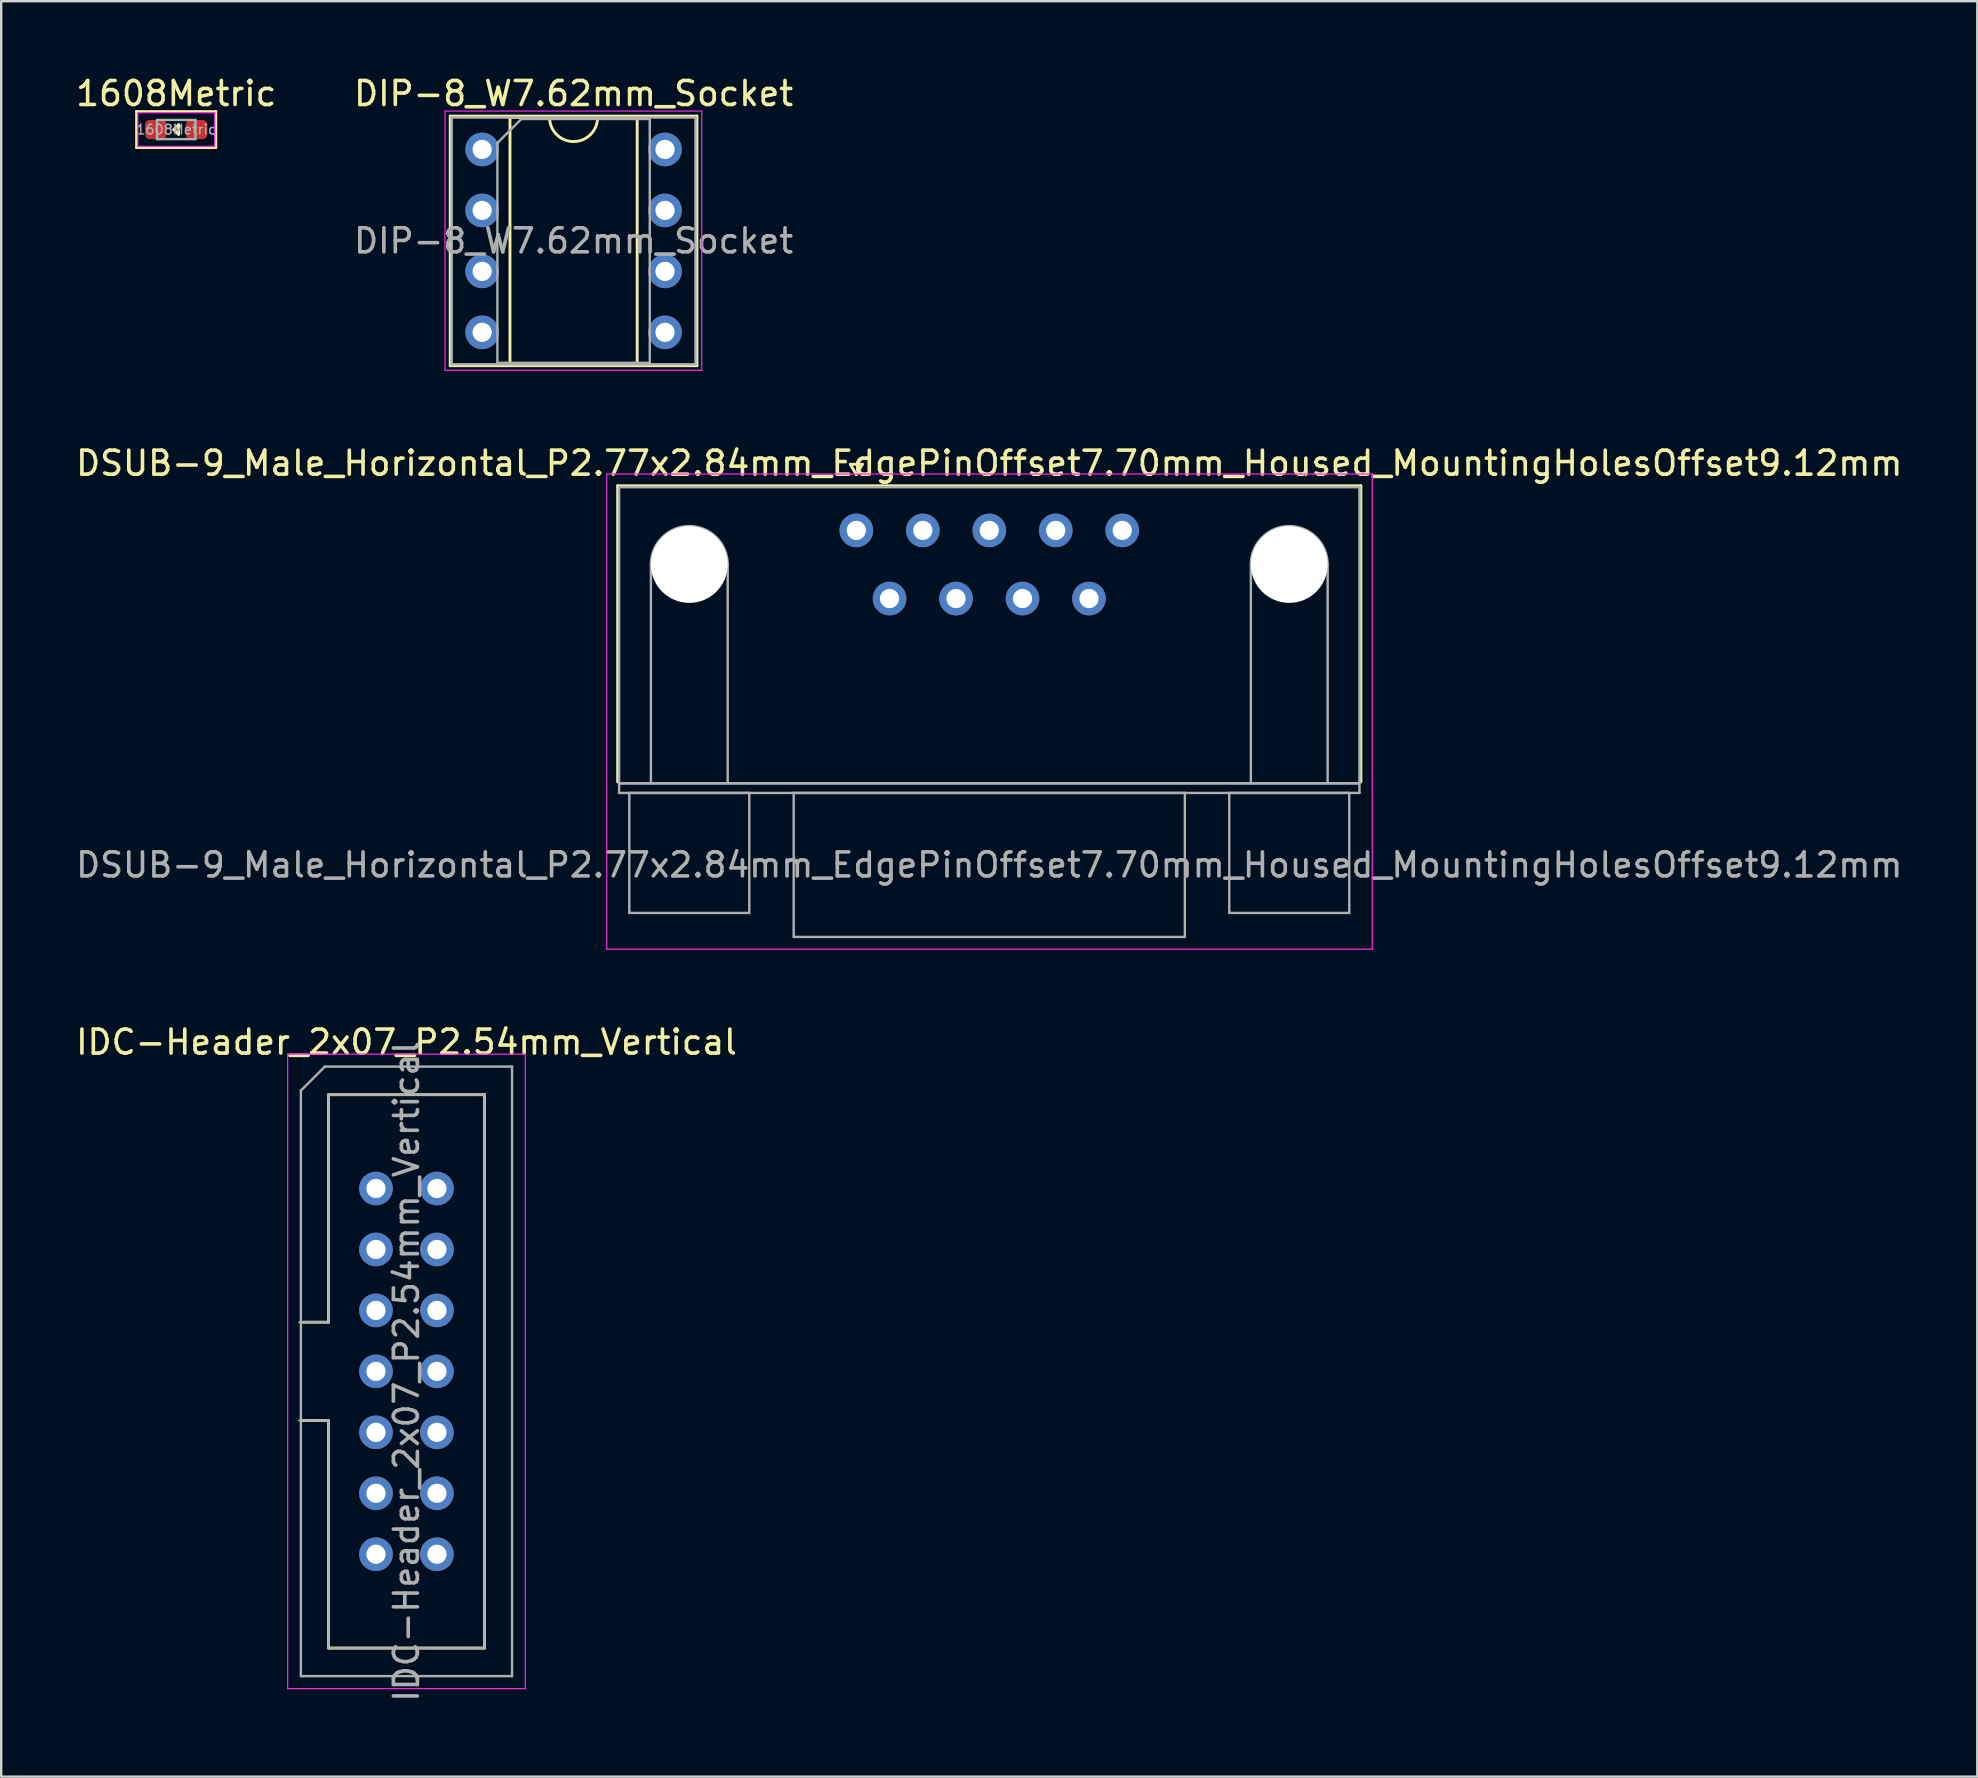
<source format=kicad_pcb>
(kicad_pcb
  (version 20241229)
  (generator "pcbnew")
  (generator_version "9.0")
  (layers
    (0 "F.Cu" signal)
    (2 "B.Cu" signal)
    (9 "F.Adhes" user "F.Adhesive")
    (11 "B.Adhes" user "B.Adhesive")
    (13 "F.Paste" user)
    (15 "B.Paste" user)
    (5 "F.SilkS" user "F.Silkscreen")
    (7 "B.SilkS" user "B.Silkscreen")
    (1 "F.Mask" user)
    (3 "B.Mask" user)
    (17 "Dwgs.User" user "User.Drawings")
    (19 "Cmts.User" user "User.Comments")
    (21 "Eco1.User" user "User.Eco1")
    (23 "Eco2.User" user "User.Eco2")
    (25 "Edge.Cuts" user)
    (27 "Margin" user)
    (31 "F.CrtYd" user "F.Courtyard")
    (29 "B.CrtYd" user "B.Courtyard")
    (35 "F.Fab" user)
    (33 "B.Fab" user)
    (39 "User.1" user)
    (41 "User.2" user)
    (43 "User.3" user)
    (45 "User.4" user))
  (footprint "1608Metric"
    (layer "F.Cu")
    (at 4.292 2.348)
    (property "Reference" "1608Metric" (at 0 -1.5 0) (layer "F.SilkS") (effects (font (size 1 1) (thickness 0.15))))
    (attr smd)
    (fp_line (start -1.65 -0.75) (end -1.65 0.75) (stroke (width 0.12) (type solid)) (layer "F.SilkS"))
    (fp_line (start -1.65 -0.75) (end 1.65 -0.75) (stroke (width 0.12) (type solid)) (layer "F.SilkS"))
    (fp_line (start -1.65 0.75) (end 1.65 0.75) (stroke (width 0.12) (type solid)) (layer "F.SilkS"))
    (fp_line (start -0.1 0) (end 0.1 -0.2) (stroke (width 0.12) (type solid)) (layer "F.SilkS"))
    (fp_line (start 0.1 -0.2) (end 0.1 0.2) (stroke (width 0.12) (type solid)) (layer "F.SilkS"))
    (fp_line (start 0.1 0.2) (end -0.1 0) (stroke (width 0.12) (type solid)) (layer "F.SilkS"))
    (fp_line (start 1.65 -0.75) (end 1.65 0.75) (stroke (width 0.12) (type solid)) (layer "F.SilkS"))
    (fp_line (start -1.6 -0.7) (end 1.6 -0.7) (stroke (width 0.05) (type solid)) (layer "F.CrtYd"))
    (fp_line (start -1.6 0.7) (end -1.6 -0.7) (stroke (width 0.05) (type solid)) (layer "F.CrtYd"))
    (fp_line (start 1.6 -0.7) (end 1.6 0.7) (stroke (width 0.05) (type solid)) (layer "F.CrtYd"))
    (fp_line (start 1.6 0.7) (end -1.6 0.7) (stroke (width 0.05) (type solid)) (layer "F.CrtYd"))
    (fp_line (start -0.8 -0.4) (end 0.8 -0.4) (stroke (width 0.1) (type solid)) (layer "F.Fab"))
    (fp_line (start -0.8 0.4) (end -0.8 -0.4) (stroke (width 0.1) (type solid)) (layer "F.Fab"))
    (fp_line (start 0.8 -0.4) (end 0.8 0.4) (stroke (width 0.1) (type solid)) (layer "F.Fab"))
    (fp_line (start 0.8 0.4) (end -0.8 0.4) (stroke (width 0.1) (type solid)) (layer "F.Fab"))
    (fp_text user "${REFERENCE}" (at 0 0 0) (layer "F.Fab") (effects (font (size 0.4 0.4) (thickness 0.06))))
    (pad "1" smd roundrect (at -0.85 0) (size 0.9 0.8) (layers "F.Cu" "F.Mask" "F.Paste") (roundrect_rratio 0.25))
    (pad "2" smd roundrect (at 0.85 0) (size 0.9 0.8) (layers "F.Cu" "F.Mask" "F.Paste") (roundrect_rratio 0.25)))
  (footprint "DSUB-9_Male_Horizontal_P2.77x2.84mm_EdgePinOffset7.70mm_Housed_MountingHolesOffset9.12mm"
    (layer "F.Cu")
    (at 32.633 19.052)
    (property "Reference" "DSUB-9_Male_Horizontal_P2.77x2.84mm_EdgePinOffset7.70mm_Housed_MountingHolesOffset9.12mm" (at 5.54 -2.8 0) (layer "F.SilkS") (effects (font (size 1 1) (thickness 0.15))))
    (attr through_hole)
    (fp_line (start -9.945 -1.86) (end 21.025 -1.86) (stroke (width 0.12) (type solid)) (layer "F.SilkS"))
    (fp_line (start -9.945 10.48) (end -9.945 -1.86) (stroke (width 0.12) (type solid)) (layer "F.SilkS"))
    (fp_line (start -0.25 -2.754) (end 0.25 -2.754) (stroke (width 0.12) (type solid)) (layer "F.SilkS"))
    (fp_line (start 0 -2.321) (end -0.25 -2.754) (stroke (width 0.12) (type solid)) (layer "F.SilkS"))
    (fp_line (start 0.25 -2.754) (end 0 -2.321) (stroke (width 0.12) (type solid)) (layer "F.SilkS"))
    (fp_line (start 21.025 -1.86) (end 21.025 10.48) (stroke (width 0.12) (type solid)) (layer "F.SilkS"))
    (fp_line (start -10.4 -2.35) (end -10.4 17.45) (stroke (width 0.05) (type solid)) (layer "F.CrtYd"))
    (fp_line (start -10.4 17.45) (end 21.5 17.45) (stroke (width 0.05) (type solid)) (layer "F.CrtYd"))
    (fp_line (start 21.5 -2.35) (end -10.4 -2.35) (stroke (width 0.05) (type solid)) (layer "F.CrtYd"))
    (fp_line (start 21.5 17.45) (end 21.5 -2.35) (stroke (width 0.05) (type solid)) (layer "F.CrtYd"))
    (fp_line (start -9.885 -1.8) (end -9.885 10.54) (stroke (width 0.1) (type solid)) (layer "F.Fab"))
    (fp_line (start -9.885 10.54) (end -9.885 10.94) (stroke (width 0.1) (type solid)) (layer "F.Fab"))
    (fp_line (start -9.885 10.54) (end 20.965 10.54) (stroke (width 0.1) (type solid)) (layer "F.Fab"))
    (fp_line (start -9.885 10.94) (end 20.965 10.94) (stroke (width 0.1) (type solid)) (layer "F.Fab"))
    (fp_line (start -9.46 10.94) (end -9.46 15.94) (stroke (width 0.1) (type solid)) (layer "F.Fab"))
    (fp_line (start -9.46 15.94) (end -4.46 15.94) (stroke (width 0.1) (type solid)) (layer "F.Fab"))
    (fp_line (start -8.56 10.54) (end -8.56 1.42) (stroke (width 0.1) (type solid)) (layer "F.Fab"))
    (fp_line (start -5.36 10.54) (end -5.36 1.42) (stroke (width 0.1) (type solid)) (layer "F.Fab"))
    (fp_line (start -4.46 10.94) (end -9.46 10.94) (stroke (width 0.1) (type solid)) (layer "F.Fab"))
    (fp_line (start -4.46 15.94) (end -4.46 10.94) (stroke (width 0.1) (type solid)) (layer "F.Fab"))
    (fp_line (start -2.61 10.94) (end -2.61 16.94) (stroke (width 0.1) (type solid)) (layer "F.Fab"))
    (fp_line (start -2.61 16.94) (end 13.69 16.94) (stroke (width 0.1) (type solid)) (layer "F.Fab"))
    (fp_line (start 13.69 10.94) (end -2.61 10.94) (stroke (width 0.1) (type solid)) (layer "F.Fab"))
    (fp_line (start 13.69 16.94) (end 13.69 10.94) (stroke (width 0.1) (type solid)) (layer "F.Fab"))
    (fp_line (start 15.54 10.94) (end 15.54 15.94) (stroke (width 0.1) (type solid)) (layer "F.Fab"))
    (fp_line (start 15.54 15.94) (end 20.54 15.94) (stroke (width 0.1) (type solid)) (layer "F.Fab"))
    (fp_line (start 16.44 10.54) (end 16.44 1.42) (stroke (width 0.1) (type solid)) (layer "F.Fab"))
    (fp_line (start 19.64 10.54) (end 19.64 1.42) (stroke (width 0.1) (type solid)) (layer "F.Fab"))
    (fp_line (start 20.54 10.94) (end 15.54 10.94) (stroke (width 0.1) (type solid)) (layer "F.Fab"))
    (fp_line (start 20.54 15.94) (end 20.54 10.94) (stroke (width 0.1) (type solid)) (layer "F.Fab"))
    (fp_line (start 20.965 -1.8) (end -9.885 -1.8) (stroke (width 0.1) (type solid)) (layer "F.Fab"))
    (fp_line (start 20.965 10.54) (end -9.885 10.54) (stroke (width 0.1) (type solid)) (layer "F.Fab"))
    (fp_line (start 20.965 10.54) (end 20.965 -1.8) (stroke (width 0.1) (type solid)) (layer "F.Fab"))
    (fp_line (start 20.965 10.94) (end 20.965 10.54) (stroke (width 0.1) (type solid)) (layer "F.Fab"))
    (fp_arc (start -8.56 1.42) (mid -6.96 -0.18) (end -5.36 1.42) (stroke (width 0.1) (type solid)) (layer "F.Fab"))
    (fp_arc (start 16.44 1.42) (mid 18.04 -0.18) (end 19.64 1.42) (stroke (width 0.1) (type solid)) (layer "F.Fab"))
    (fp_text user "${REFERENCE}" (at 5.54 13.94 0) (layer "F.Fab") (effects (font (size 1 1) (thickness 0.15))))
    (pad "" np_thru_hole circle (at -6.96 1.42) (size 3.2 3.2) (drill 3.2) (layers "*.Cu" "*.Mask"))
    (pad "" np_thru_hole circle (at 18.04 1.42) (size 3.2 3.2) (drill 3.2) (layers "*.Cu" "*.Mask"))
    (pad "1" thru_hole circle (at 0 0) (size 1.4 1.4) (drill 0.8) (layers "*.Cu" "*.Mask"))
    (pad "2" thru_hole circle (at 2.77 0) (size 1.4 1.4) (drill 0.8) (layers "*.Cu" "*.Mask"))
    (pad "3" thru_hole circle (at 5.54 0) (size 1.4 1.4) (drill 0.8) (layers "*.Cu" "*.Mask"))
    (pad "4" thru_hole circle (at 8.31 0) (size 1.4 1.4) (drill 0.8) (layers "*.Cu" "*.Mask"))
    (pad "5" thru_hole circle (at 11.08 0) (size 1.4 1.4) (drill 0.8) (layers "*.Cu" "*.Mask"))
    (pad "6" thru_hole circle (at 1.385 2.84) (size 1.4 1.4) (drill 0.8) (layers "*.Cu" "*.Mask"))
    (pad "7" thru_hole circle (at 4.155 2.84) (size 1.4 1.4) (drill 0.8) (layers "*.Cu" "*.Mask"))
    (pad "8" thru_hole circle (at 6.925 2.84) (size 1.4 1.4) (drill 0.8) (layers "*.Cu" "*.Mask"))
    (pad "9" thru_hole circle (at 9.695 2.84) (size 1.4 1.4) (drill 0.8) (layers "*.Cu" "*.Mask")))
  (footprint "IDC-Header_2x07_P2.54mm_Vertical"
    (layer "F.Cu")
    (at 12.617 46.475)
    (property "Reference" "IDC-Header_2x07_P2.54mm_Vertical" (at 1.27 -6.1 0) (layer "F.SilkS") (effects (font (size 1 1) (thickness 0.15))))
    (attr through_hole)
    (fp_line (start -3.03 5.57) (end -1.98 5.57) (stroke (width 0.12) (type solid)) (layer "F.SilkS"))
    (fp_line (start -1.98 -3.91) (end 4.52 -3.91) (stroke (width 0.12) (type solid)) (layer "F.SilkS"))
    (fp_line (start -1.98 5.57) (end -1.98 -3.91) (stroke (width 0.12) (type solid)) (layer "F.SilkS"))
    (fp_line (start -1.98 9.67) (end -3.03 9.67) (stroke (width 0.12) (type solid)) (layer "F.SilkS"))
    (fp_line (start -1.98 9.67) (end -1.98 9.67) (stroke (width 0.12) (type solid)) (layer "F.SilkS"))
    (fp_line (start -1.98 19.15) (end -1.98 9.67) (stroke (width 0.12) (type solid)) (layer "F.SilkS"))
    (fp_line (start 4.52 -3.91) (end 4.52 19.15) (stroke (width 0.12) (type solid)) (layer "F.SilkS"))
    (fp_line (start 4.52 19.15) (end -1.98 19.15) (stroke (width 0.12) (type solid)) (layer "F.SilkS"))
    (fp_line (start -3.68 -5.6) (end -3.68 20.84) (stroke (width 0.05) (type solid)) (layer "F.CrtYd"))
    (fp_line (start -3.68 20.84) (end 6.22 20.84) (stroke (width 0.05) (type solid)) (layer "F.CrtYd"))
    (fp_line (start 6.22 -5.6) (end -3.68 -5.6) (stroke (width 0.05) (type solid)) (layer "F.CrtYd"))
    (fp_line (start 6.22 20.84) (end 6.22 -5.6) (stroke (width 0.05) (type solid)) (layer "F.CrtYd"))
    (fp_line (start -3.18 5.57) (end -1.98 5.57) (stroke (width 0.1) (type solid)) (layer "F.Fab"))
    (fp_line (start -3.13 -4.08) (end -2.13 -5.08) (stroke (width 0.1) (type solid)) (layer "F.Fab"))
    (fp_line (start -3.13 20.32) (end -3.13 -4.08) (stroke (width 0.1) (type solid)) (layer "F.Fab"))
    (fp_line (start -2.13 -5.08) (end 5.67 -5.08) (stroke (width 0.1) (type solid)) (layer "F.Fab"))
    (fp_line (start -1.98 -3.91) (end 4.52 -3.91) (stroke (width 0.1) (type solid)) (layer "F.Fab"))
    (fp_line (start -1.98 5.57) (end -1.98 -3.91) (stroke (width 0.1) (type solid)) (layer "F.Fab"))
    (fp_line (start -1.98 9.67) (end -3.18 9.67) (stroke (width 0.1) (type solid)) (layer "F.Fab"))
    (fp_line (start -1.98 9.67) (end -1.98 9.67) (stroke (width 0.1) (type solid)) (layer "F.Fab"))
    (fp_line (start -1.98 19.15) (end -1.98 9.67) (stroke (width 0.1) (type solid)) (layer "F.Fab"))
    (fp_line (start 4.52 -3.91) (end 4.52 19.15) (stroke (width 0.1) (type solid)) (layer "F.Fab"))
    (fp_line (start 4.52 19.15) (end -1.98 19.15) (stroke (width 0.1) (type solid)) (layer "F.Fab"))
    (fp_line (start 5.67 -5.08) (end 5.67 20.32) (stroke (width 0.1) (type solid)) (layer "F.Fab"))
    (fp_line (start 5.67 20.32) (end -3.13 20.32) (stroke (width 0.1) (type solid)) (layer "F.Fab"))
    (fp_text user "${REFERENCE}" (at 1.27 7.62 90) (layer "F.Fab") (effects (font (size 1 1) (thickness 0.15))))
    (pad "1" thru_hole circle (at 0 0) (size 1.4 1.4) (drill 0.8) (layers "*.Cu" "*.Mask"))
    (pad "2" thru_hole circle (at 2.54 0) (size 1.4 1.4) (drill 0.8) (layers "*.Cu" "*.Mask"))
    (pad "3" thru_hole circle (at 0 2.54) (size 1.4 1.4) (drill 0.8) (layers "*.Cu" "*.Mask"))
    (pad "4" thru_hole circle (at 2.54 2.54) (size 1.4 1.4) (drill 0.8) (layers "*.Cu" "*.Mask"))
    (pad "5" thru_hole circle (at 0 5.08) (size 1.4 1.4) (drill 0.8) (layers "*.Cu" "*.Mask"))
    (pad "6" thru_hole circle (at 2.54 5.08) (size 1.4 1.4) (drill 0.8) (layers "*.Cu" "*.Mask"))
    (pad "7" thru_hole circle (at 0 7.62) (size 1.4 1.4) (drill 0.8) (layers "*.Cu" "*.Mask"))
    (pad "8" thru_hole circle (at 2.54 7.62) (size 1.4 1.4) (drill 0.8) (layers "*.Cu" "*.Mask"))
    (pad "9" thru_hole circle (at 0 10.16) (size 1.4 1.4) (drill 0.8) (layers "*.Cu" "*.Mask"))
    (pad "10" thru_hole circle (at 2.54 10.16) (size 1.4 1.4) (drill 0.8) (layers "*.Cu" "*.Mask"))
    (pad "11" thru_hole circle (at 0 12.7) (size 1.4 1.4) (drill 0.8) (layers "*.Cu" "*.Mask"))
    (pad "12" thru_hole circle (at 2.54 12.7) (size 1.4 1.4) (drill 0.8) (layers "*.Cu" "*.Mask"))
    (pad "13" thru_hole circle (at 0 15.24) (size 1.4 1.4) (drill 0.8) (layers "*.Cu" "*.Mask"))
    (pad "14" thru_hole circle (at 2.54 15.24) (size 1.4 1.4) (drill 0.8) (layers "*.Cu" "*.Mask")))
  (footprint "DIP-8_W7.62mm_Socket"
    (layer "F.Cu")
    (at 17.041 3.178)
    (property "Reference" "DIP-8_W7.62mm_Socket" (at 3.81 -2.33 0) (layer "F.SilkS") (effects (font (size 1 1) (thickness 0.15))))
    (attr through_hole)
    (fp_line (start -1.33 -1.39) (end -1.33 9.01) (stroke (width 0.12) (type solid)) (layer "F.SilkS"))
    (fp_line (start -1.33 9.01) (end 8.95 9.01) (stroke (width 0.12) (type solid)) (layer "F.SilkS"))
    (fp_line (start 1.16 -1.33) (end 1.16 8.95) (stroke (width 0.12) (type solid)) (layer "F.SilkS"))
    (fp_line (start 1.16 8.95) (end 6.46 8.95) (stroke (width 0.12) (type solid)) (layer "F.SilkS"))
    (fp_line (start 2.81 -1.33) (end 1.16 -1.33) (stroke (width 0.12) (type solid)) (layer "F.SilkS"))
    (fp_line (start 6.46 -1.33) (end 4.81 -1.33) (stroke (width 0.12) (type solid)) (layer "F.SilkS"))
    (fp_line (start 6.46 8.95) (end 6.46 -1.33) (stroke (width 0.12) (type solid)) (layer "F.SilkS"))
    (fp_line (start 8.95 -1.39) (end -1.33 -1.39) (stroke (width 0.12) (type solid)) (layer "F.SilkS"))
    (fp_line (start 8.95 9.01) (end 8.95 -1.39) (stroke (width 0.12) (type solid)) (layer "F.SilkS"))
    (fp_arc (start 4.81 -1.33) (mid 3.81 -0.33) (end 2.81 -1.33) (stroke (width 0.12) (type solid)) (layer "F.SilkS"))
    (fp_line (start -1.55 -1.6) (end -1.55 9.2) (stroke (width 0.05) (type solid)) (layer "F.CrtYd"))
    (fp_line (start -1.55 9.2) (end 9.15 9.2) (stroke (width 0.05) (type solid)) (layer "F.CrtYd"))
    (fp_line (start 9.15 -1.6) (end -1.55 -1.6) (stroke (width 0.05) (type solid)) (layer "F.CrtYd"))
    (fp_line (start 9.15 9.2) (end 9.15 -1.6) (stroke (width 0.05) (type solid)) (layer "F.CrtYd"))
    (fp_line (start -1.27 -1.33) (end -1.27 8.95) (stroke (width 0.1) (type solid)) (layer "F.Fab"))
    (fp_line (start -1.27 8.95) (end 8.89 8.95) (stroke (width 0.1) (type solid)) (layer "F.Fab"))
    (fp_line (start 0.635 -0.27) (end 1.635 -1.27) (stroke (width 0.1) (type solid)) (layer "F.Fab"))
    (fp_line (start 0.635 8.89) (end 0.635 -0.27) (stroke (width 0.1) (type solid)) (layer "F.Fab"))
    (fp_line (start 1.635 -1.27) (end 6.985 -1.27) (stroke (width 0.1) (type solid)) (layer "F.Fab"))
    (fp_line (start 6.985 -1.27) (end 6.985 8.89) (stroke (width 0.1) (type solid)) (layer "F.Fab"))
    (fp_line (start 6.985 8.89) (end 0.635 8.89) (stroke (width 0.1) (type solid)) (layer "F.Fab"))
    (fp_line (start 8.89 -1.33) (end -1.27 -1.33) (stroke (width 0.1) (type solid)) (layer "F.Fab"))
    (fp_line (start 8.89 8.95) (end 8.89 -1.33) (stroke (width 0.1) (type solid)) (layer "F.Fab"))
    (fp_text user "${REFERENCE}" (at 3.81 3.81 0) (layer "F.Fab") (effects (font (size 1 1) (thickness 0.15))))
    (pad "1" thru_hole circle (at 0 0) (size 1.4 1.4) (drill 0.8) (layers "*.Cu" "*.Mask"))
    (pad "2" thru_hole circle (at 0 2.54) (size 1.4 1.4) (drill 0.8) (layers "*.Cu" "*.Mask"))
    (pad "3" thru_hole circle (at 0 5.08) (size 1.4 1.4) (drill 0.8) (layers "*.Cu" "*.Mask"))
    (pad "4" thru_hole circle (at 0 7.62) (size 1.4 1.4) (drill 0.8) (layers "*.Cu" "*.Mask"))
    (pad "5" thru_hole circle (at 7.62 7.62) (size 1.4 1.4) (drill 0.8) (layers "*.Cu" "*.Mask"))
    (pad "6" thru_hole circle (at 7.62 5.08) (size 1.4 1.4) (drill 0.8) (layers "*.Cu" "*.Mask"))
    (pad "7" thru_hole circle (at 7.62 2.54) (size 1.4 1.4) (drill 0.8) (layers "*.Cu" "*.Mask"))
    (pad "8" thru_hole circle (at 7.62 0) (size 1.4 1.4) (drill 0.8) (layers "*.Cu" "*.Mask")))
  (gr_rect
    (start -3 -3)
    (end 79.345 70.982)
    (stroke (width 0.1) (type default))
    (fill no)
    (layer "Edge.Cuts")))
</source>
